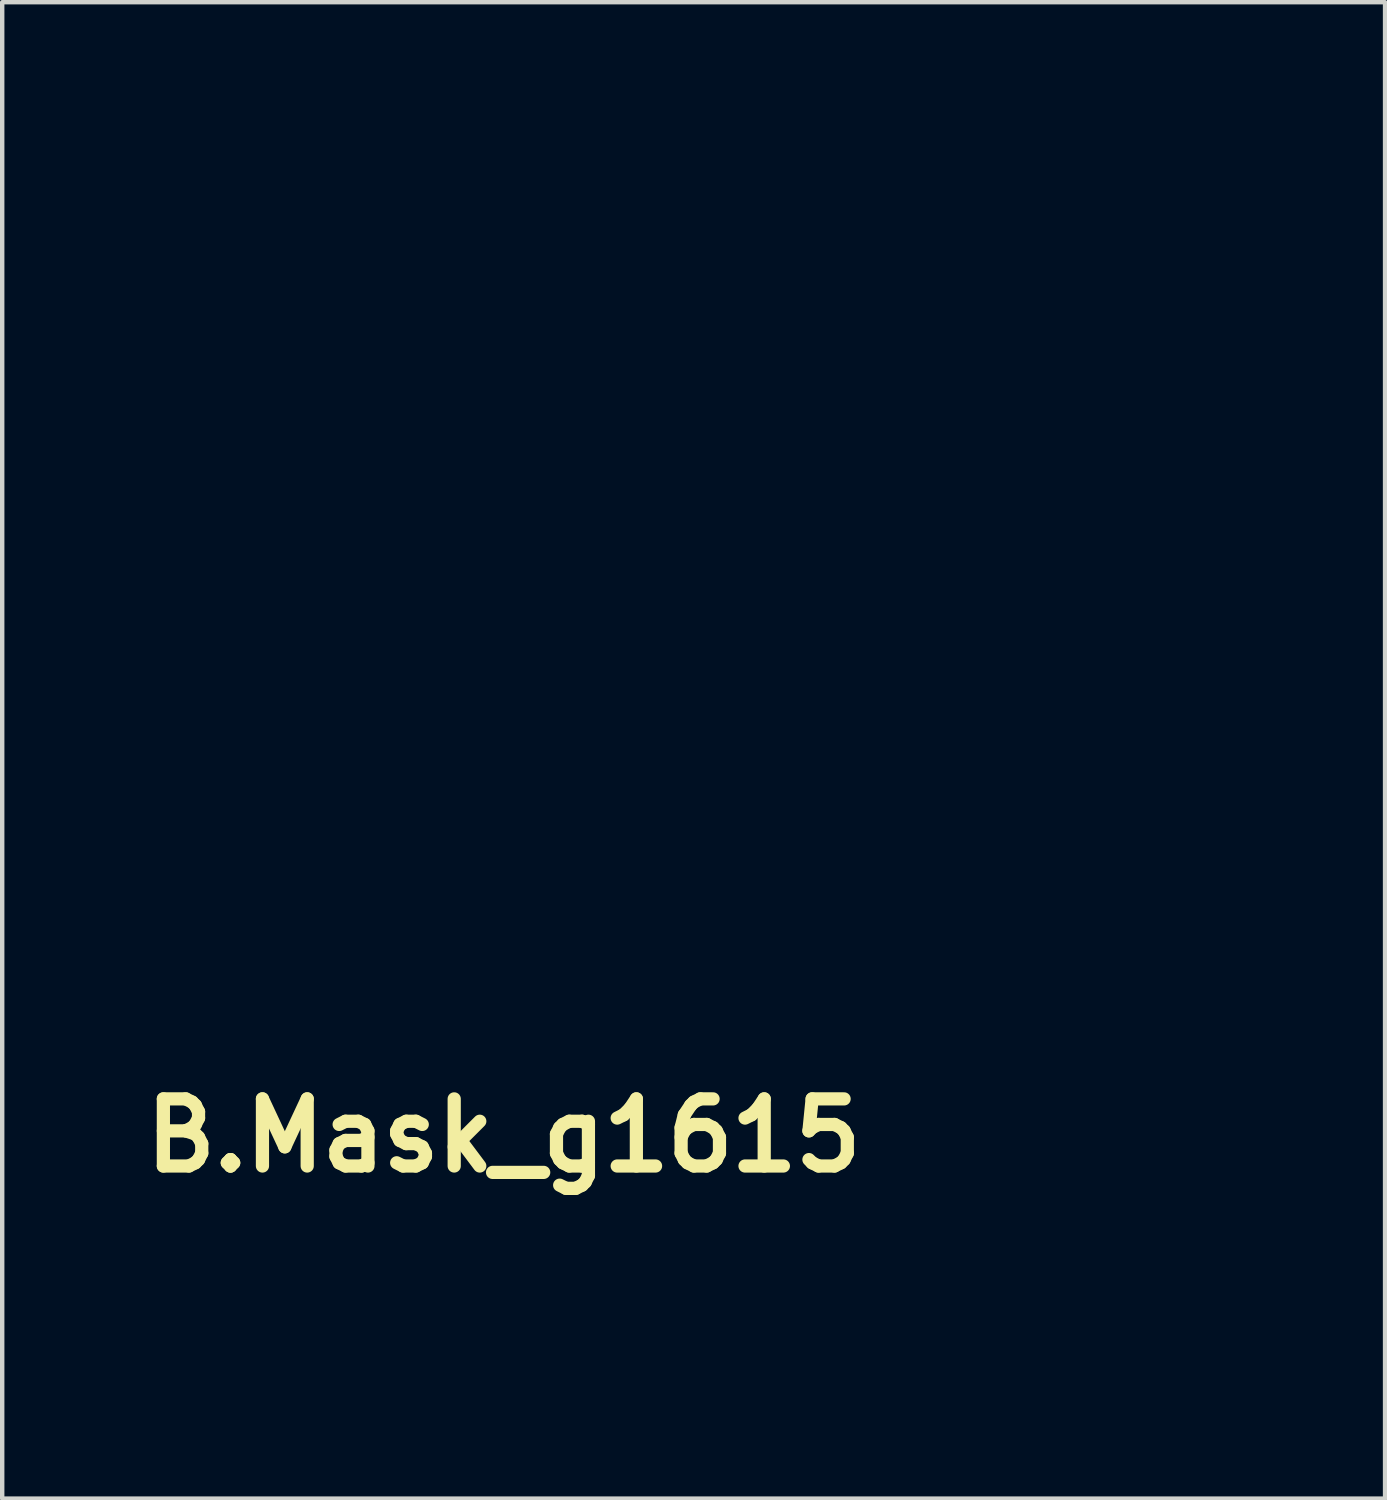
<source format=kicad_pcb>
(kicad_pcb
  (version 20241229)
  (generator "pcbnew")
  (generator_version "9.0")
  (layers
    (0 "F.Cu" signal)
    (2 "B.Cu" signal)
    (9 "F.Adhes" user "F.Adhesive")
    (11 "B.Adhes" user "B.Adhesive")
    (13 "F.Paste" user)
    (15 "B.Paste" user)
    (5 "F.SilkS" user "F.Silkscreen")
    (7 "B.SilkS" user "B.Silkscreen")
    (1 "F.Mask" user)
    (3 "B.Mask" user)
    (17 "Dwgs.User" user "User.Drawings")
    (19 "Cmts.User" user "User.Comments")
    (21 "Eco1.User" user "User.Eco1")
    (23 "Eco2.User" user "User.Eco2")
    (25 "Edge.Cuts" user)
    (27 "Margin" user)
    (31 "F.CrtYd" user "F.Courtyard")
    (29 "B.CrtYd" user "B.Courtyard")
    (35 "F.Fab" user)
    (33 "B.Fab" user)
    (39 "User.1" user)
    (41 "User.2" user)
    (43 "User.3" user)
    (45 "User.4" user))
  (footprint "B.Mask_g1615"
    (layer "F.Cu")
    (at 8.389 22.738)
    (property "Reference" "B.Mask_g1615" (at 0 0 0) (layer "F.SilkS") (effects (font (size 1.524 1.524) (thickness 0.3))))
    (attr through_hole)
    (fp_poly (pts (xy 8.276 -22.73) (xy 8.376 -22.713) (xy 8.415 -22.666) (xy 8.402 -22.575) (xy 8.343 -22.426) (xy 8.315 -22.36) (xy 8.098 -21.759) (xy 7.953 -21.137) (xy 7.913 -20.853) (xy 7.893 -20.61) (xy 7.887 -20.356) (xy 7.898 -20.081) (xy 7.926 -19.774) (xy 7.972 -19.424) (xy 8.037 -19.02) (xy 8.123 -18.55) (xy 8.173 -18.288) (xy 8.232 -17.988) (xy 8.287 -17.707) (xy 8.336 -17.458) (xy 8.375 -17.256) (xy 8.403 -17.112) (xy 8.415 -17.048) (xy 8.445 -16.887) (xy 8.594 -16.999) (xy 8.763 -17.113) (xy 8.937 -17.205) (xy 9.102 -17.271) (xy 9.243 -17.307) (xy 9.346 -17.307) (xy 9.396 -17.268) (xy 9.398 -17.251) (xy 9.415 -17.16) (xy 9.463 -17.006) (xy 9.537 -16.803) (xy 9.63 -16.563) (xy 9.738 -16.301) (xy 9.855 -16.03) (xy 9.976 -15.764) (xy 10.094 -15.515) (xy 10.137 -15.431) (xy 10.295 -15.126) (xy 10.455 -14.832) (xy 10.626 -14.539) (xy 10.814 -14.235) (xy 11.025 -13.91) (xy 11.267 -13.552) (xy 11.546 -13.151) (xy 11.871 -12.695) (xy 11.913 -12.636) (xy 12.118 -12.35) (xy 12.322 -12.066) (xy 12.514 -11.797) (xy 12.687 -11.555) (xy 12.83 -11.354) (xy 12.935 -11.206) (xy 12.949 -11.187) (xy 13.06 -11.031) (xy 13.155 -10.904) (xy 13.221 -10.821) (xy 13.248 -10.795) (xy 13.289 -10.821) (xy 13.377 -10.89) (xy 13.495 -10.989) (xy 13.54 -11.029) (xy 13.736 -11.191) (xy 13.893 -11.3) (xy 14.03 -11.365) (xy 14.163 -11.395) (xy 14.21 -11.4) (xy 14.315 -11.398) (xy 14.367 -11.362) (xy 14.4 -11.269) (xy 14.402 -11.261) (xy 14.645 -10.348) (xy 14.903 -9.497) (xy 15.183 -8.687) (xy 15.492 -7.895) (xy 15.839 -7.101) (xy 15.994 -6.769) (xy 16.281 -6.124) (xy 16.509 -5.512) (xy 16.686 -4.912) (xy 16.818 -4.301) (xy 16.874 -3.95) (xy 16.907 -3.645) (xy 16.93 -3.281) (xy 16.943 -2.881) (xy 16.945 -2.471) (xy 16.936 -2.076) (xy 16.916 -1.719) (xy 16.895 -1.503) (xy 16.86 -1.255) (xy 16.812 -0.962) (xy 16.753 -0.645) (xy 16.69 -0.326) (xy 16.625 -0.027) (xy 16.564 0.23) (xy 16.514 0.412) (xy 16.434 0.676) (xy 16.576 0.764) (xy 16.768 0.92) (xy 16.913 1.114) (xy 16.997 1.322) (xy 17.008 1.392) (xy 16.999 1.639) (xy 16.931 1.938) (xy 16.806 2.284) (xy 16.628 2.671) (xy 16.398 3.093) (xy 16.119 3.544) (xy 16.043 3.659) (xy 15.659 4.233) (xy 15.434 4.233) (xy 15.375 4.236) (xy 15.237 4.245) (xy 15.025 4.258) (xy 14.746 4.277) (xy 14.403 4.299) (xy 14.003 4.326) (xy 13.55 4.356) (xy 13.051 4.39) (xy 12.51 4.427) (xy 11.934 4.466) (xy 11.327 4.507) (xy 10.695 4.551) (xy 10.042 4.595) (xy 9.376 4.641) (xy 8.7 4.687) (xy 8.021 4.734) (xy 7.344 4.781) (xy 6.673 4.827) (xy 6.015 4.873) (xy 5.376 4.917) (xy 4.759 4.96) (xy 4.171 5.001) (xy 3.617 5.04) (xy 3.102 5.076) (xy 2.633 5.109) (xy 2.213 5.138) (xy 1.85 5.164) (xy 1.547 5.186) (xy 1.31 5.203) (xy 1.146 5.216) (xy 1.085 5.221) (xy 0.879 5.238) (xy -3.73 1.115) (xy -4.264 0.636) (xy -4.781 0.173) (xy -5.277 -0.272) (xy -5.748 -0.696) (xy -6.191 -1.095) (xy -6.603 -1.466) (xy -6.979 -1.807) (xy -7.317 -2.114) (xy -7.613 -2.383) (xy -7.864 -2.612) (xy -8.065 -2.798) (xy -8.214 -2.936) (xy -8.306 -3.025) (xy -8.34 -3.061) (xy -8.34 -3.061) (xy -8.324 -3.122) (xy -8.28 -3.251) (xy -8.21 -3.44) (xy -8.12 -3.678) (xy -8.013 -3.955) (xy -7.892 -4.263) (xy -7.762 -4.591) (xy -7.627 -4.93) (xy -7.489 -5.27) (xy -7.354 -5.602) (xy -7.225 -5.916) (xy -7.106 -6.203) (xy -7 -6.453) (xy -6.912 -6.656) (xy -6.845 -6.802) (xy -6.806 -6.879) (xy -6.674 -7.098) (xy -6.51 -7.362) (xy -6.31 -7.673) (xy -6.072 -8.037) (xy -5.793 -8.458) (xy -5.47 -8.939) (xy -5.112 -9.471) (xy -4.869 -9.83) (xy -4.67 -10.129) (xy -4.51 -10.377) (xy -4.386 -10.585) (xy -4.293 -10.761) (xy -4.227 -10.916) (xy -4.184 -11.06) (xy -4.16 -11.201) (xy -4.151 -11.35) (xy -4.153 -11.516) (xy -4.162 -11.709) (xy -4.162 -11.726) (xy -4.19 -12.047) (xy -4.238 -12.389) (xy -4.295 -12.678) (xy -4.338 -12.864) (xy -4.373 -13.017) (xy -4.395 -13.119) (xy -4.403 -13.154) (xy -4.364 -13.16) (xy -4.265 -13.164) (xy -4.154 -13.166) (xy -3.876 -13.149) (xy -3.551 -13.102) (xy -3.206 -13.03) (xy -2.872 -12.939) (xy -2.781 -12.91) (xy -2.617 -12.855) (xy -2.486 -12.813) (xy -2.408 -12.788) (xy -2.393 -12.785) (xy -2.38 -12.823) (xy -2.357 -12.924) (xy -2.331 -13.068) (xy -2.327 -13.088) (xy -2.296 -13.487) (xy -2.338 -13.889) (xy -2.456 -14.303) (xy -2.651 -14.738) (xy -2.681 -14.796) (xy -2.851 -15.11) (xy -2.984 -15.358) (xy -3.086 -15.55) (xy -3.161 -15.693) (xy -3.214 -15.796) (xy -3.248 -15.868) (xy -3.269 -15.917) (xy -3.278 -15.945) (xy -3.285 -15.989) (xy -3.264 -16.023) (xy -3.203 -16.053) (xy -3.085 -16.087) (xy -2.923 -16.126) (xy -2.382 -16.221) (xy -1.843 -16.246) (xy -1.291 -16.203) (xy -0.71 -16.09) (xy -0.581 -16.057) (xy -0.407 -16.013) (xy -0.266 -15.98) (xy -0.177 -15.964) (xy -0.155 -15.964) (xy -0.134 -16.008) (xy -0.087 -16.11) (xy -0.025 -16.251) (xy -0.004 -16.298) (xy 0.263 -16.842) (xy 0.595 -17.401) (xy 0.979 -17.958) (xy 1.401 -18.495) (xy 1.848 -18.991) (xy 1.946 -19.09) (xy 2.371 -19.496) (xy 2.818 -19.881) (xy 3.295 -20.253) (xy 3.812 -20.619) (xy 4.379 -20.986) (xy 5.007 -21.36) (xy 5.704 -21.748) (xy 5.879 -21.842) (xy 6.328 -22.079) (xy 6.713 -22.273) (xy 7.043 -22.428) (xy 7.324 -22.548) (xy 7.565 -22.635) (xy 7.774 -22.693) (xy 7.958 -22.725) (xy 8.108 -22.733) (xy 8.276 -22.73)) (stroke (width 0.01) (type solid)) (fill yes) (layer "B.Mask")))
  (gr_rect
    (start -3 -3)
    (end 28.402 30.981)
    (stroke (width 0.1) (type default))
    (fill no)
    (layer "Edge.Cuts")))
</source>
